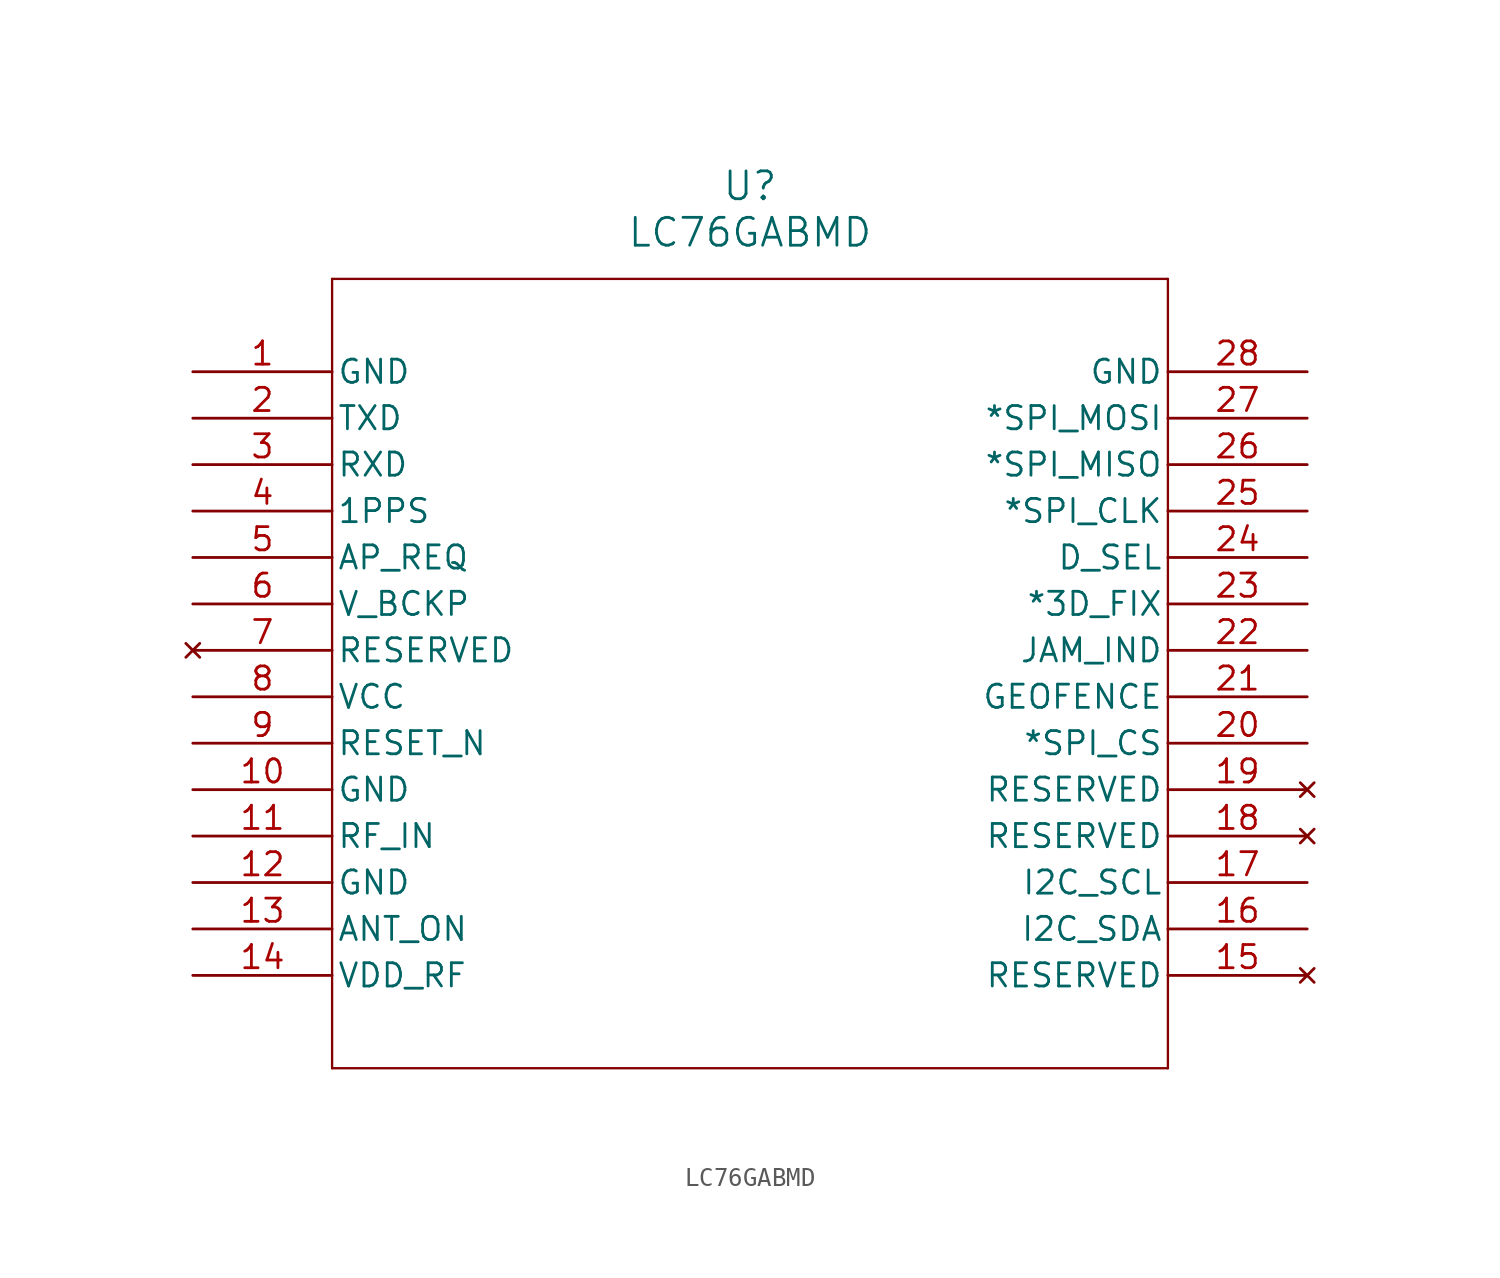
<source format=kicad_sym>
(kicad_symbol_lib
  (version 20211014)
  (generator kicad_symbol_editor)
  (symbol "LC76GABMD"
    (pin_names
      (offset 0.254))
    (property "Reference" "U"
      (at 30.48 10.16 0)
      (effects (font (size 1.524 1.524))))
    (property "Value" "LC76GABMD"
      (at 30.48 7.62 0)
      (effects (font (size 1.524 1.524))))
    (symbol "LC76GABMD_0_1"
      (polyline (pts (xy 7.62 5.08) (xy 7.62 -38.1)) (stroke (width 0.127) (type default) (color 0 0 0 0)) (fill (type none)))
      (polyline (pts (xy 7.62 -38.1) (xy 53.34 -38.1)) (stroke (width 0.127) (type default) (color 0 0 0 0)) (fill (type none)))
      (polyline (pts (xy 53.34 -38.1) (xy 53.34 5.08)) (stroke (width 0.127) (type default) (color 0 0 0 0)) (fill (type none)))
      (polyline (pts (xy 53.34 5.08) (xy 7.62 5.08)) (stroke (width 0.127) (type default) (color 0 0 0 0)) (fill (type none)))
      (pin power_out line (at 0 0 0) (length 7.62) (name "GND" (effects (font (size 1.27 1.27)))) (number "1" (effects (font (size 1.27 1.27)))))
      (pin bidirectional line (at 0 -2.54 0) (length 7.62) (name "TXD" (effects (font (size 1.27 1.27)))) (number "2" (effects (font (size 1.27 1.27)))))
      (pin bidirectional line (at 0 -5.08 0) (length 7.62) (name "RXD" (effects (font (size 1.27 1.27)))) (number "3" (effects (font (size 1.27 1.27)))))
      (pin bidirectional line (at 0 -7.62 0) (length 7.62) (name "1PPS" (effects (font (size 1.27 1.27)))) (number "4" (effects (font (size 1.27 1.27)))))
      (pin bidirectional line (at 0 -10.16 0) (length 7.62) (name "AP_REQ" (effects (font (size 1.27 1.27)))) (number "5" (effects (font (size 1.27 1.27)))))
      (pin power_in line (at 0 -12.7 0) (length 7.62) (name "V_BCKP" (effects (font (size 1.27 1.27)))) (number "6" (effects (font (size 1.27 1.27)))))
      (pin no_connect line (at 0 -15.24 0) (length 7.62) (name "RESERVED" (effects (font (size 1.27 1.27)))) (number "7" (effects (font (size 1.27 1.27)))))
      (pin power_in line (at 0 -17.78 0) (length 7.62) (name "VCC" (effects (font (size 1.27 1.27)))) (number "8" (effects (font (size 1.27 1.27)))))
      (pin unspecified line (at 0 -20.32 0) (length 7.62) (name "RESET_N" (effects (font (size 1.27 1.27)))) (number "9" (effects (font (size 1.27 1.27)))))
      (pin power_out line (at 0 -22.86 0) (length 7.62) (name "GND" (effects (font (size 1.27 1.27)))) (number "10" (effects (font (size 1.27 1.27)))))
      (pin unspecified line (at 0 -25.4 0) (length 7.62) (name "RF_IN" (effects (font (size 1.27 1.27)))) (number "11" (effects (font (size 1.27 1.27)))))
      (pin power_out line (at 0 -27.94 0) (length 7.62) (name "GND" (effects (font (size 1.27 1.27)))) (number "12" (effects (font (size 1.27 1.27)))))
      (pin unspecified line (at 0 -30.48 0) (length 7.62) (name "ANT_ON" (effects (font (size 1.27 1.27)))) (number "13" (effects (font (size 1.27 1.27)))))
      (pin power_in line (at 0 -33.02 0) (length 7.62) (name "VDD_RF" (effects (font (size 1.27 1.27)))) (number "14" (effects (font (size 1.27 1.27)))))
      (pin no_connect line (at 60.96 -33.02 180) (length 7.62) (name "RESERVED" (effects (font (size 1.27 1.27)))) (number "15" (effects (font (size 1.27 1.27)))))
      (pin bidirectional line (at 60.96 -30.48 180) (length 7.62) (name "I2C_SDA" (effects (font (size 1.27 1.27)))) (number "16" (effects (font (size 1.27 1.27)))))
      (pin bidirectional line (at 60.96 -27.94 180) (length 7.62) (name "I2C_SCL" (effects (font (size 1.27 1.27)))) (number "17" (effects (font (size 1.27 1.27)))))
      (pin no_connect line (at 60.96 -25.4 180) (length 7.62) (name "RESERVED" (effects (font (size 1.27 1.27)))) (number "18" (effects (font (size 1.27 1.27)))))
      (pin no_connect line (at 60.96 -22.86 180) (length 7.62) (name "RESERVED" (effects (font (size 1.27 1.27)))) (number "19" (effects (font (size 1.27 1.27)))))
      (pin bidirectional line (at 60.96 -20.32 180) (length 7.62) (name "*SPI_CS" (effects (font (size 1.27 1.27)))) (number "20" (effects (font (size 1.27 1.27)))))
      (pin bidirectional line (at 60.96 -17.78 180) (length 7.62) (name "GEOFENCE" (effects (font (size 1.27 1.27)))) (number "21" (effects (font (size 1.27 1.27)))))
      (pin bidirectional line (at 60.96 -15.24 180) (length 7.62) (name "JAM_IND" (effects (font (size 1.27 1.27)))) (number "22" (effects (font (size 1.27 1.27)))))
      (pin bidirectional line (at 60.96 -12.7 180) (length 7.62) (name "*3D_FIX" (effects (font (size 1.27 1.27)))) (number "23" (effects (font (size 1.27 1.27)))))
      (pin bidirectional line (at 60.96 -10.16 180) (length 7.62) (name "D_SEL" (effects (font (size 1.27 1.27)))) (number "24" (effects (font (size 1.27 1.27)))))
      (pin bidirectional line (at 60.96 -7.62 180) (length 7.62) (name "*SPI_CLK" (effects (font (size 1.27 1.27)))) (number "25" (effects (font (size 1.27 1.27)))))
      (pin bidirectional line (at 60.96 -5.08 180) (length 7.62) (name "*SPI_MISO" (effects (font (size 1.27 1.27)))) (number "26" (effects (font (size 1.27 1.27)))))
      (pin bidirectional line (at 60.96 -2.54 180) (length 7.62) (name "*SPI_MOSI" (effects (font (size 1.27 1.27)))) (number "27" (effects (font (size 1.27 1.27)))))
      (pin power_out line (at 60.96 0 180) (length 7.62) (name "GND" (effects (font (size 1.27 1.27)))) (number "28" (effects (font (size 1.27 1.27))))))))
</source>
